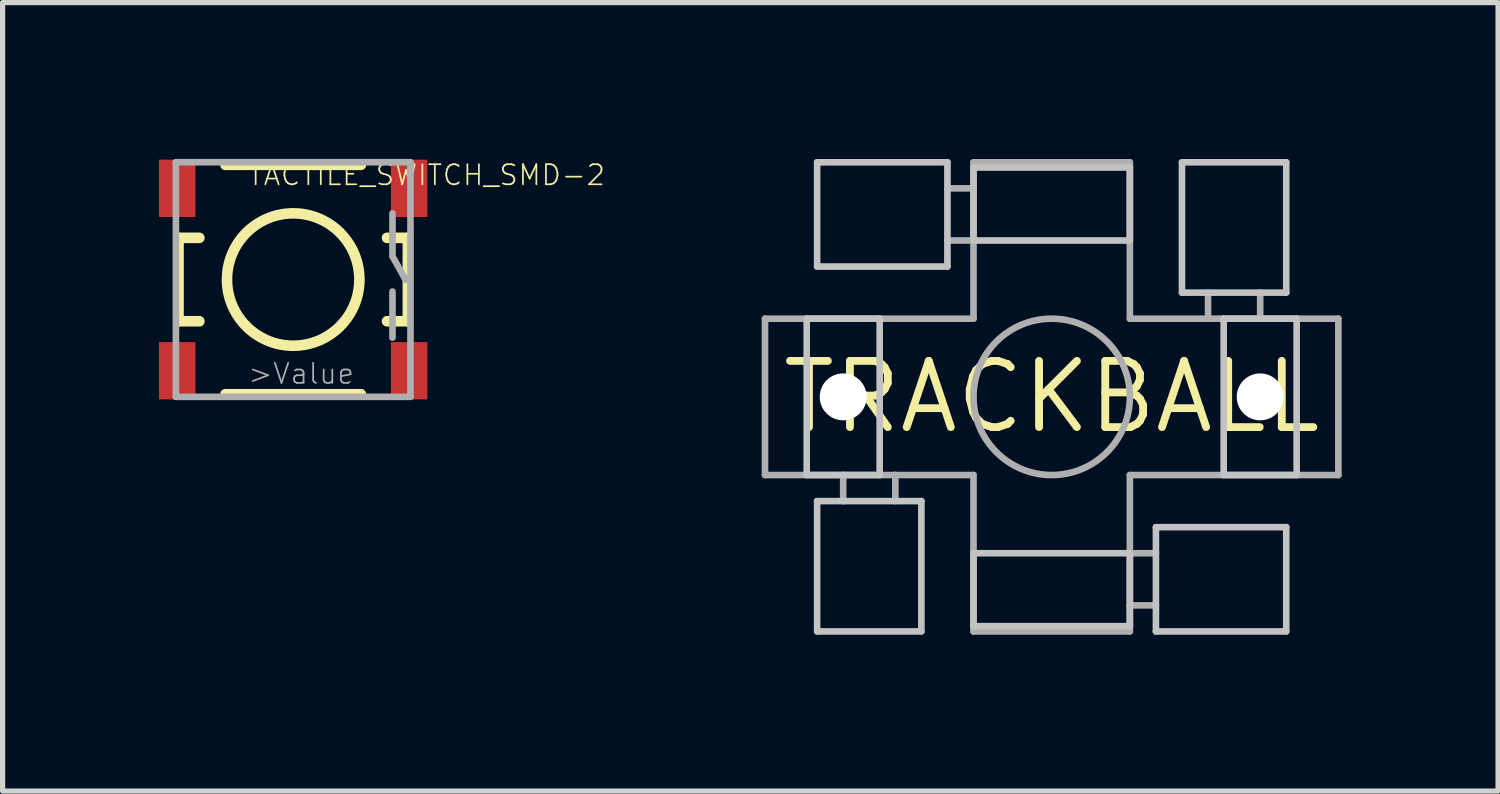
<source format=kicad_pcb>
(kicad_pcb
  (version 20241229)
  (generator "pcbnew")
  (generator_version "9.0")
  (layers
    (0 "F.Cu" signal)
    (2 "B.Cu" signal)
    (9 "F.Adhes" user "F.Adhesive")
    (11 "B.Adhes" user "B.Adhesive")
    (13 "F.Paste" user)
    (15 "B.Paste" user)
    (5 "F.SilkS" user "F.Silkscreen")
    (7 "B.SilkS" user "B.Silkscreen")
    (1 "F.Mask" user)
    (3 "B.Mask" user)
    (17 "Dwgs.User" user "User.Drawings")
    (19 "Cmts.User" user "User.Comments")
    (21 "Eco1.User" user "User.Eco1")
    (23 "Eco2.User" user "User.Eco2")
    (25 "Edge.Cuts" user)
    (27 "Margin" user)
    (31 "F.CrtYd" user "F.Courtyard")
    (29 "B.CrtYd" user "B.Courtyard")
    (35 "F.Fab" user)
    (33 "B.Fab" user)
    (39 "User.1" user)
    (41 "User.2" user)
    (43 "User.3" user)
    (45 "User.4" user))
  (footprint "TACTILE_SWITCH_SMD-2"
    (layer "F.Cu")
    (at 2.575 2.313)
    (property "Reference" "TACTILE_SWITCH_SMD-2" (at -0.889 -1.778 0) (layer "F.SilkS") (effects (font (size 0.386 0.386) (thickness 0.033)) (justify left bottom)))
    (attr through_hole)
    (fp_line (start -2.2 -0.8) (end -2.2 0.8) (stroke (width 0.203) (type solid)) (layer "F.SilkS"))
    (fp_line (start -1.8 -0.8) (end -2.2 -0.8) (stroke (width 0.203) (type solid)) (layer "F.SilkS"))
    (fp_line (start -1.8 0.8) (end -2.2 0.8) (stroke (width 0.203) (type solid)) (layer "F.SilkS"))
    (fp_line (start -1.3 2.2) (end 1.3 2.2) (stroke (width 0.203) (type solid)) (layer "F.SilkS"))
    (fp_line (start 1.3 -2.2) (end -1.3 -2.2) (stroke (width 0.203) (type solid)) (layer "F.SilkS"))
    (fp_line (start 2.2 -0.8) (end 1.8 -0.8) (stroke (width 0.203) (type solid)) (layer "F.SilkS"))
    (fp_line (start 2.2 0.8) (end 1.8 0.8) (stroke (width 0.203) (type solid)) (layer "F.SilkS"))
    (fp_line (start 2.2 0.8) (end 2.2 -0.8) (stroke (width 0.203) (type solid)) (layer "F.SilkS"))
    (fp_circle (center 0 0) (end 1.27 0) (stroke (width 0.203) (type solid)) (fill no) (layer "F.SilkS"))
    (fp_line (start -2.25 -2.25) (end 2.25 -2.25) (stroke (width 0.127) (type solid)) (layer "F.Fab"))
    (fp_line (start -2.25 2.25) (end -2.25 -2.25) (stroke (width 0.127) (type solid)) (layer "F.Fab"))
    (fp_line (start 1.905 -1.27) (end 1.905 -0.445) (stroke (width 0.127) (type solid)) (layer "F.Fab"))
    (fp_line (start 1.905 -0.445) (end 2.16 0.01) (stroke (width 0.127) (type solid)) (layer "F.Fab"))
    (fp_line (start 1.905 0.23) (end 1.905 1.115) (stroke (width 0.127) (type solid)) (layer "F.Fab"))
    (fp_line (start 2.25 -2.25) (end 2.25 2.25) (stroke (width 0.127) (type solid)) (layer "F.Fab"))
    (fp_line (start 2.25 2.25) (end -2.25 2.25) (stroke (width 0.127) (type solid)) (layer "F.Fab"))
    (fp_text user ">Value" (at -0.889 2.032 0) (layer "F.Fab") (effects (font (size 0.386 0.386) (thickness 0.033)) (justify left bottom)))
    (pad "1" smd rect (at 2.225 -1.75 90) (size 1.1 0.7) (layers "F.Cu" "F.Mask" "F.Paste"))
    (pad "2" smd rect (at 2.225 1.75 90) (size 1.1 0.7) (layers "F.Cu" "F.Mask" "F.Paste"))
    (pad "3" smd rect (at -2.225 1.75 90) (size 1.1 0.7) (layers "F.Cu" "F.Mask" "F.Paste"))
    (pad "4" smd rect (at -2.225 -1.75 90) (size 1.1 0.7) (layers "F.Cu" "F.Mask" "F.Paste")))
  (footprint "TRACKBALL"
    (layer "F.Cu")
    (at 17.127 4.564)
    (property "Reference" "TRACKBALL" (at 0 0 0) (layer "F.SilkS") (effects (font (size 1.27 1.27) (thickness 0.15))))
    (attr through_hole)
    (fp_line (start -4.7 -1.5) (end -3.3 -1.5) (stroke (width 0.127) (type solid)) (layer "Dwgs.User"))
    (fp_line (start -4.7 1.5) (end -4.7 -1.5) (stroke (width 0.127) (type solid)) (layer "Dwgs.User"))
    (fp_line (start -4.5 -4.5) (end -2 -4.5) (stroke (width 0.127) (type solid)) (layer "Dwgs.User"))
    (fp_line (start -4.5 -2.5) (end -4.5 -4.5) (stroke (width 0.127) (type solid)) (layer "Dwgs.User"))
    (fp_line (start -4.5 2) (end -2.5 2) (stroke (width 0.127) (type solid)) (layer "Dwgs.User"))
    (fp_line (start -4.5 4.5) (end -4.5 2) (stroke (width 0.127) (type solid)) (layer "Dwgs.User"))
    (fp_line (start -3.3 -1.5) (end -3.3 1.5) (stroke (width 0.127) (type solid)) (layer "Dwgs.User"))
    (fp_line (start -3.3 1.5) (end -4.7 1.5) (stroke (width 0.127) (type solid)) (layer "Dwgs.User"))
    (fp_line (start -2.5 2) (end -2.5 4.5) (stroke (width 0.127) (type solid)) (layer "Dwgs.User"))
    (fp_line (start -2.5 4.5) (end -4.5 4.5) (stroke (width 0.127) (type solid)) (layer "Dwgs.User"))
    (fp_line (start -2 -4.5) (end -2 -2.5) (stroke (width 0.127) (type solid)) (layer "Dwgs.User"))
    (fp_line (start -2 -2.5) (end -4.5 -2.5) (stroke (width 0.127) (type solid)) (layer "Dwgs.User"))
    (fp_line (start -1.5 -4.4) (end 1.5 -4.4) (stroke (width 0.127) (type solid)) (layer "Dwgs.User"))
    (fp_line (start -1.5 -3) (end -1.5 -4.4) (stroke (width 0.127) (type solid)) (layer "Dwgs.User"))
    (fp_line (start -1.5 3) (end 1.5 3) (stroke (width 0.127) (type solid)) (layer "Dwgs.User"))
    (fp_line (start -1.5 4.4) (end -1.5 3) (stroke (width 0.127) (type solid)) (layer "Dwgs.User"))
    (fp_line (start 1.5 -4.4) (end 1.5 -3) (stroke (width 0.127) (type solid)) (layer "Dwgs.User"))
    (fp_line (start 1.5 -3) (end -1.5 -3) (stroke (width 0.127) (type solid)) (layer "Dwgs.User"))
    (fp_line (start 1.5 3) (end 1.5 4.4) (stroke (width 0.127) (type solid)) (layer "Dwgs.User"))
    (fp_line (start 1.5 4.4) (end -1.5 4.4) (stroke (width 0.127) (type solid)) (layer "Dwgs.User"))
    (fp_line (start 2 2.5) (end 4.5 2.5) (stroke (width 0.127) (type solid)) (layer "Dwgs.User"))
    (fp_line (start 2 4.5) (end 2 2.5) (stroke (width 0.127) (type solid)) (layer "Dwgs.User"))
    (fp_line (start 2.5 -4.5) (end 4.5 -4.5) (stroke (width 0.127) (type solid)) (layer "Dwgs.User"))
    (fp_line (start 2.5 -2) (end 2.5 -4.5) (stroke (width 0.127) (type solid)) (layer "Dwgs.User"))
    (fp_line (start 3.3 -1.5) (end 4.7 -1.5) (stroke (width 0.127) (type solid)) (layer "Dwgs.User"))
    (fp_line (start 3.3 1.5) (end 3.3 -1.5) (stroke (width 0.127) (type solid)) (layer "Dwgs.User"))
    (fp_line (start 4.5 -4.5) (end 4.5 -2) (stroke (width 0.127) (type solid)) (layer "Dwgs.User"))
    (fp_line (start 4.5 -2) (end 2.5 -2) (stroke (width 0.127) (type solid)) (layer "Dwgs.User"))
    (fp_line (start 4.5 2.5) (end 4.5 4.5) (stroke (width 0.127) (type solid)) (layer "Dwgs.User"))
    (fp_line (start 4.5 4.5) (end 2 4.5) (stroke (width 0.127) (type solid)) (layer "Dwgs.User"))
    (fp_line (start 4.7 -1.5) (end 4.7 1.5) (stroke (width 0.127) (type solid)) (layer "Dwgs.User"))
    (fp_line (start 4.7 1.5) (end 3.3 1.5) (stroke (width 0.127) (type solid)) (layer "Dwgs.User"))
    (fp_poly (pts (xy -4.7 1.5) (xy -3.3 1.5) (xy -3.3 -1.5) (xy -4.7 -1.5)) (stroke (width 0.1) (type solid)) (fill no) (layer "Dwgs.User"))
    (fp_poly (pts (xy -4.5 -2.5) (xy -2 -2.5) (xy -2 -4.5) (xy -4.5 -4.5)) (stroke (width 0.1) (type solid)) (fill no) (layer "Dwgs.User"))
    (fp_poly (pts (xy -4.5 4.5) (xy -2.5 4.5) (xy -2.5 2) (xy -4.5 2)) (stroke (width 0.1) (type solid)) (fill no) (layer "Dwgs.User"))
    (fp_poly (pts (xy -1.5 -3) (xy 1.5 -3) (xy 1.5 -4.4) (xy -1.5 -4.4)) (stroke (width 0.1) (type solid)) (fill no) (layer "Dwgs.User"))
    (fp_poly (pts (xy -1.5 4.4) (xy 1.5 4.4) (xy 1.5 3) (xy -1.5 3)) (stroke (width 0.1) (type solid)) (fill no) (layer "Dwgs.User"))
    (fp_poly (pts (xy 2 4.5) (xy 4.5 4.5) (xy 4.5 2.5) (xy 2 2.5)) (stroke (width 0.1) (type solid)) (fill no) (layer "Dwgs.User"))
    (fp_poly (pts (xy 2.5 -2) (xy 4.5 -2) (xy 4.5 -4.5) (xy 2.5 -4.5)) (stroke (width 0.1) (type solid)) (fill no) (layer "Dwgs.User"))
    (fp_poly (pts (xy 3.3 1.5) (xy 4.7 1.5) (xy 4.7 -1.5) (xy 3.3 -1.5)) (stroke (width 0.1) (type solid)) (fill no) (layer "Dwgs.User"))
    (fp_line (start -5.5 -1.5) (end -5.5 1.5) (stroke (width 0.127) (type solid)) (layer "F.Fab"))
    (fp_line (start -5.5 1.5) (end -4 1.5) (stroke (width 0.127) (type solid)) (layer "F.Fab"))
    (fp_line (start -4 1.5) (end -4 2) (stroke (width 0.127) (type solid)) (layer "F.Fab"))
    (fp_line (start -4 1.5) (end -3 1.5) (stroke (width 0.127) (type solid)) (layer "F.Fab"))
    (fp_line (start -3 1.5) (end -3 2) (stroke (width 0.127) (type solid)) (layer "F.Fab"))
    (fp_line (start -3 1.5) (end -1.5 1.5) (stroke (width 0.127) (type solid)) (layer "F.Fab"))
    (fp_line (start -2 -4) (end -1.5 -4) (stroke (width 0.127) (type solid)) (layer "F.Fab"))
    (fp_line (start -1.5 -4.5) (end 1.5 -4.5) (stroke (width 0.127) (type solid)) (layer "F.Fab"))
    (fp_line (start -1.5 -4) (end -1.5 -4.5) (stroke (width 0.127) (type solid)) (layer "F.Fab"))
    (fp_line (start -1.5 -3) (end -2 -3) (stroke (width 0.127) (type solid)) (layer "F.Fab"))
    (fp_line (start -1.5 -3) (end -1.5 -4) (stroke (width 0.127) (type solid)) (layer "F.Fab"))
    (fp_line (start -1.5 -1.5) (end -5.5 -1.5) (stroke (width 0.127) (type solid)) (layer "F.Fab"))
    (fp_line (start -1.5 -1.5) (end -1.5 -3) (stroke (width 0.127) (type solid)) (layer "F.Fab"))
    (fp_line (start -1.5 1.5) (end -1.5 4.5) (stroke (width 0.127) (type solid)) (layer "F.Fab"))
    (fp_line (start 1.5 -1.5) (end 1.5 -4.5) (stroke (width 0.127) (type solid)) (layer "F.Fab"))
    (fp_line (start 1.5 1.5) (end 1.5 3) (stroke (width 0.127) (type solid)) (layer "F.Fab"))
    (fp_line (start 1.5 3) (end 1.5 4) (stroke (width 0.127) (type solid)) (layer "F.Fab"))
    (fp_line (start 1.5 4) (end 1.5 4.5) (stroke (width 0.127) (type solid)) (layer "F.Fab"))
    (fp_line (start 1.5 4.5) (end -1.5 4.5) (stroke (width 0.127) (type solid)) (layer "F.Fab"))
    (fp_line (start 2 3) (end 1.5 3) (stroke (width 0.127) (type solid)) (layer "F.Fab"))
    (fp_line (start 2 4) (end 1.5 4) (stroke (width 0.127) (type solid)) (layer "F.Fab"))
    (fp_line (start 3 -2) (end 3 -1.5) (stroke (width 0.127) (type solid)) (layer "F.Fab"))
    (fp_line (start 3 -1.5) (end 1.5 -1.5) (stroke (width 0.127) (type solid)) (layer "F.Fab"))
    (fp_line (start 4 -2) (end 4 -1.5) (stroke (width 0.127) (type solid)) (layer "F.Fab"))
    (fp_line (start 4 -1.5) (end 3 -1.5) (stroke (width 0.127) (type solid)) (layer "F.Fab"))
    (fp_line (start 5.5 -1.5) (end 4 -1.5) (stroke (width 0.127) (type solid)) (layer "F.Fab"))
    (fp_line (start 5.5 -1.5) (end 5.5 1.5) (stroke (width 0.127) (type solid)) (layer "F.Fab"))
    (fp_line (start 5.5 1.5) (end 1.5 1.5) (stroke (width 0.127) (type solid)) (layer "F.Fab"))
    (fp_circle (center 0 0) (end 1.5 0) (stroke (width 0.127) (type solid)) (fill no) (layer "F.Fab"))
    (pad "" np_thru_hole circle (at -4 0) (size 0.9 0.9) (drill 0.9) (layers "*.Cu" "*.Mask"))
    (pad "" np_thru_hole circle (at 4 0) (size 0.9 0.9) (drill 0.9) (layers "*.Cu" "*.Mask")))
  (gr_rect
    (start -3 -3)
    (end 25.691 12.127)
    (stroke (width 0.1) (type default))
    (fill no)
    (layer "Edge.Cuts")))
</source>
